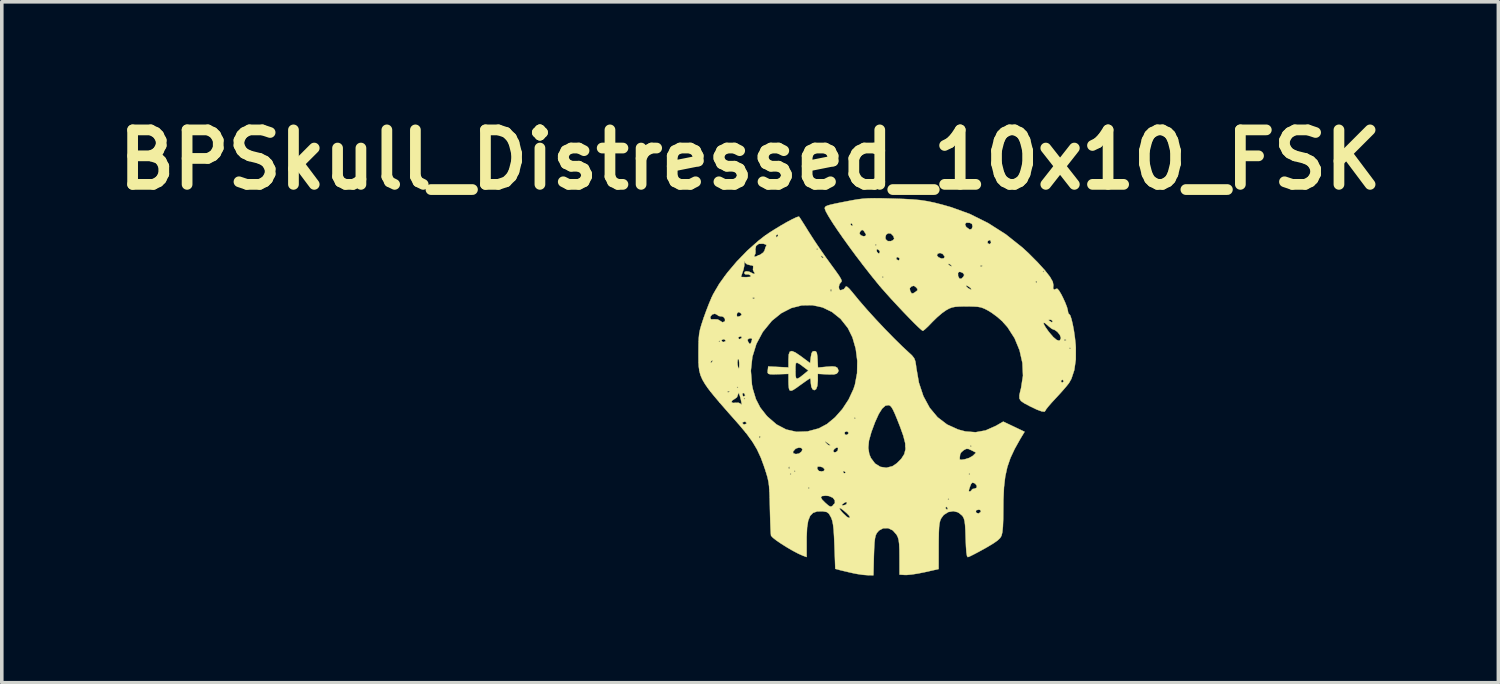
<source format=kicad_pcb>
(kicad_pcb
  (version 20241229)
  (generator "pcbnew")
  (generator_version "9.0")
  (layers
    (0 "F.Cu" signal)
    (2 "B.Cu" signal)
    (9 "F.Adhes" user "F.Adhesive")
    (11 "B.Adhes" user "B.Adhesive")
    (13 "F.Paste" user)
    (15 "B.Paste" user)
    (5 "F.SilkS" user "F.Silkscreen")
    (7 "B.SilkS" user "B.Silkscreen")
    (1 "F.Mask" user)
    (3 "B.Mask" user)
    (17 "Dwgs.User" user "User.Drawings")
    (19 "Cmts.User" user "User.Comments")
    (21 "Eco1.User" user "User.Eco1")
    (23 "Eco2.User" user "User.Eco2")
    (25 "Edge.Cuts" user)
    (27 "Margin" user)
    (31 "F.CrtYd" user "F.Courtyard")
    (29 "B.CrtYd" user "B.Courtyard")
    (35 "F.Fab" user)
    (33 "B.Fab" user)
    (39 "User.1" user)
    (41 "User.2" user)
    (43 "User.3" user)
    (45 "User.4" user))
  (footprint "BPSkull_Distressed_10x10_FSK"
    (layer "F.Cu")
    (at 21.742 7.768)
    (property "Reference" "BPSkull_Distressed_10x10_FSK" (at -3.81 -6.35 0) (layer "F.SilkS") (effects (font (size 1.524 1.524) (thickness 0.3))))
    (attr through_hole)
    (fp_poly (pts (xy -2.543 -0.958) (xy -2.4 -0.861) (xy -2.374 -0.842) (xy -2.13 -0.66) (xy -2.11 -0.828) (xy -2.09 -0.937) (xy -2.057 -0.987) (xy -2.012 -0.996) (xy -1.968 -0.987) (xy -1.942 -0.945) (xy -1.928 -0.854) (xy -1.922 -0.766) (xy -1.911 -0.536) (xy -1.662 -0.559) (xy -1.515 -0.569) (xy -1.425 -0.56) (xy -1.373 -0.532) (xy -1.363 -0.522) (xy -1.335 -0.448) (xy -1.355 -0.397) (xy -1.393 -0.362) (xy -1.463 -0.345) (xy -1.584 -0.343) (xy -1.656 -0.346) (xy -1.915 -0.36) (xy -1.915 -0.165) (xy -1.928 -0.023) (xy -1.963 0.068) (xy -2.015 0.097) (xy -2.064 0.069) (xy -2.096 0.000428) (xy -2.11 -0.102) (xy -2.11 -0.106) (xy -2.115 -0.193) (xy -2.128 -0.234) (xy -2.13 -0.234) (xy -2.168 -0.213) (xy -2.252 -0.156) (xy -2.365 -0.075) (xy -2.388 -0.059) (xy -2.521 0.037) (xy -2.606 0.092) (xy -2.659 0.112) (xy -2.693 0.105) (xy -2.709 0.091) (xy -2.724 0.04) (xy -2.733 -0.062) (xy -2.735 -0.147) (xy -2.735 -0.359) (xy -2.98 -0.351) (xy -3.145 -0.346) (xy -3.247 -0.348) (xy -3.3 -0.363) (xy -3.318 -0.393) (xy -3.316 -0.445) (xy -3.315 -0.45) (xy -2.54 -0.45) (xy -2.537 -0.31) (xy -2.521 -0.237) (xy -2.479 -0.226) (xy -2.4 -0.274) (xy -2.291 -0.361) (xy -2.18 -0.453) (xy -2.311 -0.552) (xy -2.429 -0.639) (xy -2.498 -0.674) (xy -2.53 -0.652) (xy -2.539 -0.565) (xy -2.54 -0.45) (xy -3.315 -0.45) (xy -3.314 -0.459) (xy -3.302 -0.567) (xy -2.735 -0.539) (xy -2.735 -0.759) (xy -2.728 -0.9) (xy -2.699 -0.979) (xy -2.64 -0.998) (xy -2.543 -0.958)) (stroke (width 0.01) (type solid)) (fill yes) (layer "F.SilkS"))
    (fp_poly (pts (xy -0.127 -5.271) (xy 0.139 -5.264) (xy 0.175 -5.263) (xy 0.485 -5.253) (xy 0.737 -5.239) (xy 0.95 -5.22) (xy 1.146 -5.19) (xy 1.344 -5.149) (xy 1.564 -5.093) (xy 1.817 -5.021) (xy 2.336 -4.833) (xy 2.85 -4.577) (xy 3.345 -4.262) (xy 3.806 -3.895) (xy 3.974 -3.741) (xy 4.235 -3.479) (xy 4.437 -3.257) (xy 4.579 -3.075) (xy 4.658 -2.936) (xy 4.675 -2.84) (xy 4.674 -2.837) (xy 4.667 -2.748) (xy 4.699 -2.714) (xy 4.75 -2.738) (xy 4.785 -2.741) (xy 4.83 -2.693) (xy 4.894 -2.587) (xy 4.94 -2.497) (xy 5.006 -2.353) (xy 5.056 -2.224) (xy 5.079 -2.135) (xy 5.08 -2.124) (xy 5.093 -2.054) (xy 5.116 -2.032) (xy 5.146 -1.996) (xy 5.18 -1.896) (xy 5.215 -1.75) (xy 5.249 -1.571) (xy 5.277 -1.374) (xy 5.298 -1.175) (xy 5.303 -1.094) (xy 5.302 -0.761) (xy 5.26 -0.466) (xy 5.179 -0.222) (xy 5.112 -0.103) (xy 5.049 -0.023) (xy 4.947 0.096) (xy 4.824 0.233) (xy 4.741 0.322) (xy 4.623 0.45) (xy 4.529 0.559) (xy 4.47 0.635) (xy 4.455 0.664) (xy 4.429 0.698) (xy 4.349 0.69) (xy 4.211 0.639) (xy 4.015 0.545) (xy 3.862 0.464) (xy 3.768 0.399) (xy 3.725 0.33) (xy 3.724 0.238) (xy 3.754 0.103) (xy 3.771 0.039) (xy 3.801 -0.156) (xy 4.885 -0.156) (xy 4.914 -0.118) (xy 4.924 -0.117) (xy 4.962 -0.147) (xy 4.963 -0.156) (xy 4.933 -0.194) (xy 4.924 -0.195) (xy 4.886 -0.166) (xy 4.885 -0.156) (xy 3.801 -0.156) (xy 3.825 -0.306) (xy 3.809 -0.664) (xy 3.729 -1.019) (xy 3.706 -1.075) (xy 5.119 -1.075) (xy 5.139 -1.055) (xy 5.158 -1.075) (xy 5.139 -1.094) (xy 5.119 -1.075) (xy 3.706 -1.075) (xy 3.589 -1.358) (xy 3.392 -1.665) (xy 3.279 -1.792) (xy 4.402 -1.792) (xy 4.406 -1.753) (xy 4.454 -1.667) (xy 4.545 -1.538) (xy 4.553 -1.528) (xy 4.67 -1.391) (xy 4.767 -1.309) (xy 4.839 -1.286) (xy 4.87 -1.316) (xy 4.976 -1.316) (xy 4.981 -1.292) (xy 5.002 -1.29) (xy 5.034 -1.304) (xy 5.028 -1.316) (xy 4.982 -1.32) (xy 4.976 -1.316) (xy 4.87 -1.316) (xy 4.879 -1.324) (xy 4.885 -1.371) (xy 4.855 -1.451) (xy 4.787 -1.535) (xy 4.706 -1.592) (xy 4.672 -1.601) (xy 4.622 -1.627) (xy 4.545 -1.689) (xy 4.526 -1.707) (xy 4.441 -1.779) (xy 4.402 -1.792) (xy 3.279 -1.792) (xy 3.245 -1.831) (xy 3.202 -1.869) (xy 4.537 -1.869) (xy 4.565 -1.842) (xy 4.572 -1.837) (xy 4.631 -1.802) (xy 4.649 -1.813) (xy 4.65 -1.837) (xy 4.618 -1.869) (xy 4.582 -1.875) (xy 4.537 -1.869) (xy 3.202 -1.869) (xy 3.106 -1.953) (xy 2.947 -2.07) (xy 2.85 -2.13) (xy 2.745 -2.184) (xy 2.654 -2.219) (xy 2.553 -2.237) (xy 2.419 -2.245) (xy 2.247 -2.247) (xy 2.061 -2.245) (xy 1.932 -2.236) (xy 1.836 -2.217) (xy 1.751 -2.183) (xy 1.676 -2.141) (xy 1.56 -2.059) (xy 1.422 -1.941) (xy 1.29 -1.812) (xy 1.278 -1.799) (xy 1.173 -1.69) (xy 1.085 -1.608) (xy 1.031 -1.566) (xy 1.023 -1.563) (xy 0.981 -1.591) (xy 0.897 -1.667) (xy 0.778 -1.783) (xy 0.634 -1.93) (xy 0.473 -2.097) (xy 0.305 -2.276) (xy 0.137 -2.457) (xy -0.02 -2.632) (xy -0.128 -2.755) (xy 0.656 -2.755) (xy 0.668 -2.685) (xy 0.673 -2.672) (xy 0.708 -2.613) (xy 0.75 -2.611) (xy 0.807 -2.645) (xy 0.87 -2.694) (xy 0.872 -2.734) (xy 0.837 -2.778) (xy 0.774 -2.825) (xy 0.708 -2.807) (xy 0.703 -2.804) (xy 0.656 -2.755) (xy -0.128 -2.755) (xy -0.158 -2.79) (xy -0.192 -2.829) (xy 2.23 -2.829) (xy 2.244 -2.797) (xy 2.289 -2.758) (xy 2.353 -2.722) (xy 2.381 -2.719) (xy 2.367 -2.752) (xy 2.322 -2.791) (xy 2.258 -2.827) (xy 2.23 -2.829) (xy -0.192 -2.829) (xy -0.224 -2.868) (xy -0.275 -2.931) (xy 4.181 -2.931) (xy 4.196 -2.899) (xy 4.207 -2.905) (xy 4.212 -2.951) (xy 4.207 -2.957) (xy 4.184 -2.951) (xy 4.181 -2.931) (xy -0.275 -2.931) (xy -0.386 -3.068) (xy -0.117 -3.068) (xy -0.098 -3.048) (xy -0.078 -3.068) (xy -0.098 -3.087) (xy -0.117 -3.068) (xy -0.386 -3.068) (xy -0.423 -3.113) (xy -0.479 -3.185) (xy 2.007 -3.185) (xy 2.009 -3.098) (xy 2.011 -3.091) (xy 2.051 -3.02) (xy 2.104 -3.024) (xy 2.153 -3.072) (xy 2.182 -3.127) (xy 2.15 -3.174) (xy 2.13 -3.189) (xy 2.052 -3.219) (xy 2.007 -3.185) (xy -0.479 -3.185) (xy -0.51 -3.224) (xy 4.377 -3.224) (xy 4.396 -3.204) (xy 4.416 -3.224) (xy 4.396 -3.243) (xy 4.377 -3.224) (xy -0.51 -3.224) (xy -0.626 -3.372) (xy -0.665 -3.423) (xy 1.731 -3.423) (xy 1.758 -3.4) (xy 1.821 -3.365) (xy 1.829 -3.378) (xy 1.824 -3.387) (xy 2.631 -3.387) (xy 2.637 -3.363) (xy 2.657 -3.361) (xy 2.689 -3.375) (xy 2.683 -3.387) (xy 2.637 -3.391) (xy 2.631 -3.387) (xy 1.824 -3.387) (xy 1.817 -3.4) (xy 1.76 -3.437) (xy 1.746 -3.438) (xy 1.731 -3.423) (xy -0.665 -3.423) (xy -0.797 -3.597) (xy 0.279 -3.597) (xy 0.292 -3.558) (xy 0.341 -3.534) (xy 0.358 -3.54) (xy 0.374 -3.582) (xy 0.356 -3.607) (xy 0.303 -3.629) (xy 0.279 -3.597) (xy -0.797 -3.597) (xy -0.829 -3.638) (xy -0.856 -3.674) (xy 1.416 -3.674) (xy 1.458 -3.625) (xy 1.466 -3.619) (xy 1.542 -3.586) (xy 1.607 -3.591) (xy 1.634 -3.63) (xy 1.631 -3.646) (xy 1.579 -3.714) (xy 1.504 -3.743) (xy 1.439 -3.721) (xy 1.416 -3.674) (xy -0.856 -3.674) (xy -0.968 -3.826) (xy -0.272 -3.826) (xy -0.259 -3.77) (xy -0.22 -3.729) (xy -0.194 -3.733) (xy -0.176 -3.777) (xy -0.199 -3.814) (xy -0.251 -3.853) (xy -0.272 -3.826) (xy -0.968 -3.826) (xy -1.024 -3.902) (xy -1.07 -3.966) (xy -0.313 -3.966) (xy -0.293 -3.947) (xy -0.274 -3.966) (xy -0.293 -3.986) (xy -0.313 -3.966) (xy -1.07 -3.966) (xy -1.114 -4.027) (xy 2.831 -4.027) (xy 2.841 -4.011) (xy 2.897 -3.987) (xy 2.93 -4.029) (xy 2.931 -4.044) (xy 2.911 -4.096) (xy 2.894 -4.103) (xy 2.843 -4.077) (xy 2.831 -4.027) (xy -1.114 -4.027) (xy -1.206 -4.155) (xy -1.22 -4.175) (xy -0.026 -4.175) (xy -0.014 -4.123) (xy 0.041 -4.073) (xy 0.13 -4.072) (xy 0.19 -4.099) (xy 0.222 -4.142) (xy 0.199 -4.213) (xy 0.198 -4.215) (xy 0.131 -4.284) (xy 0.056 -4.293) (xy -0.004 -4.253) (xy -0.026 -4.175) (xy -1.22 -4.175) (xy -1.298 -4.287) (xy -0.752 -4.287) (xy -0.716 -4.24) (xy -0.711 -4.236) (xy -0.641 -4.208) (xy -0.583 -4.217) (xy -0.566 -4.257) (xy -0.573 -4.273) (xy -0.632 -4.364) (xy -0.676 -4.389) (xy -0.719 -4.356) (xy -0.724 -4.349) (xy -0.752 -4.287) (xy -1.298 -4.287) (xy -1.37 -4.39) (xy -1.475 -4.548) (xy -1.003 -4.548) (xy -0.996 -4.533) (xy -0.961 -4.496) (xy -0.955 -4.494) (xy -0.938 -4.524) (xy -0.938 -4.533) (xy -0.952 -4.55) (xy 2.203 -4.55) (xy 2.228 -4.481) (xy 2.249 -4.458) (xy 2.332 -4.398) (xy 2.389 -4.411) (xy 2.415 -4.482) (xy 2.398 -4.554) (xy 2.338 -4.585) (xy 2.243 -4.59) (xy 2.203 -4.55) (xy -0.952 -4.55) (xy -0.968 -4.57) (xy -0.979 -4.572) (xy -1.003 -4.548) (xy -1.475 -4.548) (xy -1.509 -4.599) (xy -1.617 -4.772) (xy -1.689 -4.902) (xy -1.719 -4.98) (xy -1.719 -4.986) (xy -1.716 -5.017) (xy -1.697 -5.042) (xy -1.653 -5.064) (xy -1.571 -5.089) (xy -1.44 -5.119) (xy -1.249 -5.158) (xy -1.129 -5.181) (xy -0.943 -5.217) (xy -0.789 -5.243) (xy -0.648 -5.26) (xy -0.503 -5.27) (xy -0.335 -5.273) (xy -0.127 -5.271)) (stroke (width 0.01) (type solid)) (fill yes) (layer "F.SilkS"))
    (fp_poly (pts (xy -2.439 -4.757) (xy -2.413 -4.72) (xy -2.354 -4.628) (xy -2.271 -4.497) (xy -2.172 -4.337) (xy -2.152 -4.306) (xy -2.02 -4.1) (xy -1.86 -3.862) (xy -1.693 -3.622) (xy -1.543 -3.415) (xy -1.41 -3.233) (xy -1.319 -3.104) (xy -1.267 -3.016) (xy -1.247 -2.962) (xy -1.255 -2.932) (xy -1.266 -2.923) (xy -1.309 -2.869) (xy -1.327 -2.792) (xy -1.317 -2.724) (xy -1.28 -2.697) (xy -1.184 -2.731) (xy -1.129 -2.804) (xy -1.1 -2.8) (xy -1.037 -2.745) (xy -0.954 -2.649) (xy -0.938 -2.629) (xy -0.759 -2.411) (xy -0.539 -2.157) (xy -0.291 -1.884) (xy -0.032 -1.609) (xy 0.223 -1.349) (xy 0.457 -1.119) (xy 0.612 -0.975) (xy 0.719 -0.876) (xy 0.781 -0.797) (xy 0.814 -0.71) (xy 0.834 -0.586) (xy 0.838 -0.545) (xy 0.913 -0.113) (xy 1.039 0.265) (xy 1.214 0.588) (xy 1.435 0.853) (xy 1.702 1.057) (xy 2.013 1.198) (xy 2.214 1.251) (xy 2.499 1.273) (xy 2.777 1.223) (xy 3.058 1.099) (xy 3.07 1.093) (xy 3.273 0.976) (xy 3.572 1.118) (xy 3.87 1.26) (xy 3.749 1.46) (xy 3.594 1.737) (xy 3.474 1.993) (xy 3.387 2.246) (xy 3.328 2.514) (xy 3.293 2.814) (xy 3.277 3.164) (xy 3.275 3.4) (xy 3.272 3.694) (xy 3.263 3.917) (xy 3.247 4.072) (xy 3.224 4.166) (xy 3.224 4.168) (xy 3.185 4.232) (xy 3.117 4.298) (xy 3.007 4.376) (xy 2.844 4.475) (xy 2.749 4.529) (xy 2.583 4.62) (xy 2.44 4.695) (xy 2.335 4.747) (xy 2.281 4.767) (xy 2.28 4.767) (xy 2.259 4.735) (xy 2.242 4.635) (xy 2.23 4.464) (xy 2.221 4.243) (xy 2.214 4.024) (xy 2.205 3.869) (xy 2.191 3.761) (xy 2.171 3.686) (xy 2.141 3.629) (xy 2.126 3.608) (xy 2.013 3.514) (xy 1.979 3.506) (xy 2.508 3.506) (xy 2.528 3.531) (xy 2.586 3.546) (xy 2.639 3.504) (xy 2.648 3.485) (xy 2.629 3.448) (xy 2.582 3.439) (xy 2.512 3.458) (xy 2.508 3.506) (xy 1.979 3.506) (xy 1.876 3.481) (xy 1.734 3.506) (xy 1.607 3.587) (xy 1.537 3.681) (xy 1.51 3.742) (xy 1.491 3.819) (xy 1.478 3.925) (xy 1.471 4.074) (xy 1.467 4.279) (xy 1.466 4.455) (xy 1.465 5.1) (xy 1.075 5.188) (xy 0.89 5.225) (xy 0.717 5.252) (xy 0.579 5.265) (xy 0.528 5.266) (xy 0.371 5.256) (xy 0.37 4.766) (xy 0.368 4.552) (xy 0.361 4.4) (xy 0.347 4.292) (xy 0.325 4.212) (xy 0.291 4.143) (xy 0.29 4.141) (xy 0.183 4.019) (xy 0.054 3.957) (xy -0.082 3.958) (xy -0.204 4.023) (xy -0.263 4.092) (xy -0.293 4.152) (xy -0.314 4.237) (xy -0.329 4.36) (xy -0.339 4.535) (xy -0.346 4.736) (xy -0.359 5.275) (xy -0.522 5.272) (xy -0.653 5.262) (xy -0.815 5.238) (xy -0.918 5.218) (xy -1.072 5.183) (xy -1.216 5.149) (xy -1.29 5.131) (xy -1.426 5.095) (xy -1.449 4.449) (xy -1.46 4.193) (xy -1.472 4.001) (xy -1.488 3.86) (xy -1.508 3.756) (xy -1.535 3.676) (xy -1.547 3.651) (xy -1.603 3.552) (xy -1.666 3.505) (xy -1.766 3.487) (xy -1.786 3.485) (xy -1.935 3.489) (xy -2.048 3.529) (xy -2.129 3.612) (xy -2.184 3.747) (xy -2.215 3.942) (xy -2.227 4.204) (xy -2.227 4.294) (xy -2.227 4.765) (xy -2.335 4.725) (xy -2.461 4.669) (xy -2.613 4.589) (xy -2.775 4.495) (xy -2.933 4.396) (xy -3.07 4.303) (xy -3.171 4.224) (xy -3.221 4.17) (xy -3.224 4.163) (xy -3.23 4.1) (xy -3.237 3.972) (xy -3.244 3.795) (xy -3.25 3.582) (xy -3.255 3.393) (xy -1.309 3.393) (xy -1.297 3.431) (xy -1.243 3.502) (xy -1.204 3.544) (xy -1.103 3.638) (xy -1.038 3.673) (xy -1.016 3.647) (xy -1.016 3.647) (xy -1.042 3.604) (xy -1.105 3.538) (xy -1.185 3.469) (xy -1.258 3.413) (xy -1.304 3.391) (xy -1.309 3.393) (xy -3.255 3.393) (xy -3.255 3.385) (xy 1.655 3.385) (xy 1.661 3.4) (xy 1.696 3.437) (xy 1.702 3.439) (xy 1.719 3.409) (xy 1.719 3.4) (xy 1.689 3.362) (xy 1.678 3.361) (xy 1.655 3.385) (xy -3.255 3.385) (xy -3.255 3.38) (xy -3.261 3.127) (xy -3.262 3.092) (xy -1.829 3.092) (xy -1.796 3.156) (xy -1.71 3.243) (xy -1.622 3.32) (xy -1.57 3.352) (xy -1.532 3.349) (xy -1.502 3.331) (xy -1.479 3.304) (xy -1.244 3.304) (xy -1.23 3.319) (xy -1.204 3.32) (xy -1.132 3.3) (xy -1.112 3.28) (xy -1.097 3.23) (xy -1.134 3.226) (xy -1.195 3.262) (xy -1.244 3.304) (xy -1.479 3.304) (xy -1.437 3.255) (xy -1.439 3.174) (xy -1.463 3.146) (xy 1.719 3.146) (xy 1.739 3.165) (xy 1.758 3.146) (xy 1.739 3.126) (xy 1.719 3.146) (xy -1.463 3.146) (xy -1.497 3.104) (xy -1.602 3.058) (xy -1.693 3.048) (xy -1.795 3.058) (xy -1.829 3.092) (xy -3.262 3.092) (xy -3.268 2.934) (xy -3.269 2.919) (xy 2.309 2.919) (xy 2.327 2.93) (xy 2.345 2.931) (xy 2.383 2.901) (xy 2.384 2.892) (xy 2.416 2.86) (xy 2.462 2.853) (xy 2.525 2.829) (xy 2.535 2.773) (xy 2.489 2.713) (xy 2.465 2.698) (xy 2.41 2.682) (xy 2.374 2.718) (xy 2.348 2.781) (xy 2.316 2.876) (xy 2.309 2.919) (xy -3.269 2.919) (xy -3.275 2.833) (xy -2.188 2.833) (xy -2.169 2.853) (xy -2.149 2.833) (xy -2.169 2.814) (xy -2.188 2.833) (xy -3.275 2.833) (xy -3.278 2.785) (xy -3.295 2.661) (xy -3.32 2.545) (xy -3.349 2.442) (xy -2.696 2.442) (xy -2.677 2.462) (xy -2.657 2.442) (xy 2.306 2.442) (xy 2.325 2.462) (xy 2.345 2.442) (xy 2.325 2.423) (xy 2.306 2.442) (xy -2.657 2.442) (xy -2.677 2.423) (xy -2.696 2.442) (xy -3.349 2.442) (xy -3.356 2.419) (xy -3.374 2.364) (xy -2.579 2.364) (xy -2.56 2.384) (xy -2.557 2.381) (xy -1.211 2.381) (xy -1.183 2.421) (xy -1.172 2.423) (xy -1.134 2.409) (xy -1.133 2.406) (xy -1.161 2.372) (xy -1.172 2.364) (xy -1.208 2.367) (xy -1.211 2.381) (xy -2.557 2.381) (xy -2.54 2.364) (xy -2.56 2.345) (xy -2.579 2.364) (xy -3.374 2.364) (xy -3.405 2.267) (xy -3.405 2.266) (xy -2.735 2.266) (xy -2.721 2.299) (xy -2.709 2.293) (xy -2.707 2.271) (xy -1.933 2.271) (xy -1.927 2.302) (xy -1.886 2.356) (xy -1.819 2.377) (xy -1.756 2.366) (xy -1.727 2.322) (xy -1.728 2.307) (xy -1.771 2.258) (xy -1.844 2.235) (xy -1.917 2.235) (xy -1.933 2.271) (xy -2.707 2.271) (xy -2.705 2.246) (xy -2.709 2.24) (xy -2.733 2.246) (xy -2.735 2.266) (xy -3.405 2.266) (xy -3.412 2.247) (xy -3.508 1.985) (xy -3.586 1.817) (xy -2.609 1.817) (xy -2.601 1.861) (xy -2.53 1.885) (xy -2.442 1.87) (xy -2.37 1.816) (xy -2.364 1.802) (xy -1.485 1.802) (xy -1.459 1.835) (xy -1.405 1.829) (xy -1.359 1.79) (xy -1.355 1.782) (xy -1.349 1.719) (xy -1.354 1.71) (xy -0.503 1.71) (xy -0.475 1.884) (xy -0.43 1.993) (xy -0.313 2.149) (xy -0.165 2.241) (xy 0.002 2.267) (xy 0.172 2.224) (xy 0.294 2.143) (xy 0.422 2.015) (xy 0.433 1.997) (xy 2.053 1.997) (xy 2.057 2.035) (xy 2.102 2.044) (xy 2.197 2.03) (xy 2.319 1.992) (xy 2.419 1.934) (xy 2.432 1.923) (xy 2.511 1.844) (xy 2.386 1.779) (xy 2.296 1.739) (xy 2.234 1.739) (xy 2.166 1.776) (xy 2.096 1.837) (xy 2.068 1.886) (xy 2.058 1.967) (xy 2.053 1.997) (xy 0.433 1.997) (xy 0.503 1.887) (xy 0.539 1.746) (xy 0.534 1.661) (xy 2.345 1.661) (xy 2.364 1.68) (xy 2.384 1.661) (xy 2.364 1.641) (xy 2.345 1.661) (xy 0.534 1.661) (xy 0.53 1.579) (xy 0.477 1.372) (xy 0.39 1.128) (xy 0.302 0.904) (xy 0.235 0.743) (xy 0.184 0.635) (xy 0.143 0.568) (xy 0.107 0.531) (xy 0.069 0.516) (xy 0.064 0.515) (xy -0.024 0.53) (xy -0.116 0.613) (xy -0.211 0.765) (xy -0.313 0.99) (xy -0.416 1.267) (xy -0.484 1.51) (xy -0.503 1.71) (xy -1.354 1.71) (xy -1.357 1.704) (xy -1.4 1.705) (xy -1.454 1.745) (xy -1.484 1.796) (xy -1.485 1.802) (xy -2.364 1.802) (xy -2.345 1.755) (xy -2.375 1.713) (xy -2.445 1.703) (xy -2.523 1.727) (xy -2.546 1.744) (xy -2.609 1.817) (xy -3.586 1.817) (xy -3.615 1.755) (xy -3.744 1.537) (xy -3.753 1.525) (xy -1.714 1.525) (xy -1.711 1.539) (xy -1.685 1.573) (xy -1.626 1.628) (xy -1.591 1.641) (xy -1.563 1.634) (xy -1.566 1.63) (xy -1.607 1.601) (xy -1.661 1.562) (xy -1.714 1.525) (xy -3.753 1.525) (xy -3.839 1.407) (xy -3.556 1.407) (xy -3.542 1.439) (xy -3.53 1.433) (xy -3.525 1.386) (xy -3.53 1.381) (xy -3.553 1.386) (xy -3.556 1.407) (xy -3.839 1.407) (xy -3.909 1.311) (xy -3.94 1.274) (xy -1.168 1.274) (xy -1.158 1.328) (xy -1.147 1.341) (xy -1.099 1.348) (xy -1.059 1.309) (xy -1.055 1.287) (xy -1.087 1.255) (xy -1.114 1.25) (xy -1.168 1.274) (xy -3.94 1.274) (xy -4.12 1.059) (xy -4.158 1.016) (xy -4.025 1.016) (xy -3.993 1.051) (xy -3.966 1.055) (xy -3.914 1.034) (xy -3.908 1.016) (xy -3.939 0.981) (xy -3.966 0.977) (xy -4.018 0.998) (xy -4.025 1.016) (xy -4.158 1.016) (xy -4.425 0.715) (xy -4.644 0.464) (xy -4.672 0.431) (xy -4.33 0.431) (xy -4.287 0.454) (xy -4.226 0.45) (xy -4.135 0.448) (xy -4.082 0.471) (xy -4.082 0.471) (xy -4.051 0.505) (xy -4.046 0.469) (xy -4.066 0.365) (xy -4.074 0.332) (xy -3.986 0.332) (xy -3.966 0.352) (xy -3.947 0.332) (xy -3.966 0.313) (xy -3.986 0.332) (xy -4.074 0.332) (xy -4.084 0.293) (xy -4.109 0.213) (xy -4.025 0.213) (xy -4.005 0.266) (xy -3.986 0.274) (xy -3.948 0.245) (xy -3.947 0.237) (xy -3.975 0.184) (xy -3.986 0.176) (xy -4.019 0.185) (xy -4.025 0.213) (xy -4.109 0.213) (xy -4.115 0.194) (xy -4.134 0.167) (xy -4.14 0.196) (xy -4.176 0.294) (xy -4.228 0.333) (xy -4.31 0.386) (xy -4.33 0.431) (xy -4.672 0.431) (xy -4.821 0.255) (xy -4.921 0.13) (xy -4.442 0.13) (xy -4.436 0.153) (xy -4.416 0.156) (xy -4.384 0.142) (xy -4.39 0.13) (xy -4.436 0.126) (xy -4.442 0.13) (xy -4.921 0.13) (xy -4.96 0.081) (xy -5.004 0.02) (xy -4.181 0.02) (xy -4.162 0.039) (xy -4.142 0.02) (xy -4.162 0) (xy -4.181 0.02) (xy -5.004 0.02) (xy -5.066 -0.068) (xy -5.143 -0.199) (xy -5.196 -0.321) (xy -5.228 -0.441) (xy -5.229 -0.448) (xy -3.788 -0.448) (xy -3.757 -0.054) (xy -3.731 0.07) (xy -3.646 0.348) (xy -3.526 0.581) (xy -3.354 0.801) (xy -3.319 0.839) (xy -3.068 1.056) (xy -2.799 1.197) (xy -2.511 1.262) (xy -2.204 1.251) (xy -1.887 1.166) (xy -1.658 1.044) (xy -1.459 0.879) (xy -0.899 0.879) (xy -0.879 0.899) (xy -0.86 0.879) (xy -0.879 0.86) (xy -0.899 0.879) (xy -1.459 0.879) (xy -1.435 0.859) (xy -1.229 0.626) (xy -1.053 0.358) (xy -0.919 0.071) (xy -0.876 -0.059) (xy -0.816 -0.379) (xy -0.81 -0.721) (xy -0.854 -1.063) (xy -0.946 -1.382) (xy -1.074 -1.641) (xy -1.278 -1.899) (xy -1.519 -2.092) (xy -1.785 -2.22) (xy -2.069 -2.281) (xy -2.362 -2.276) (xy -2.654 -2.202) (xy -2.935 -2.058) (xy -3.198 -1.846) (xy -3.205 -1.838) (xy -3.452 -1.536) (xy -3.633 -1.198) (xy -3.746 -0.832) (xy -3.788 -0.448) (xy -5.229 -0.448) (xy -5.246 -0.569) (xy -5.251 -0.667) (xy -4.914 -0.667) (xy -4.909 -0.664) (xy -4.873 -0.692) (xy -4.866 -0.702) (xy -4.163 -0.702) (xy -4.159 -0.615) (xy -4.143 -0.539) (xy -4.12 -0.508) (xy -4.114 -0.543) (xy -4.112 -0.629) (xy -4.113 -0.664) (xy -4.123 -0.758) (xy -4.143 -0.775) (xy -4.152 -0.763) (xy -4.163 -0.702) (xy -4.866 -0.702) (xy -4.865 -0.703) (xy -4.855 -0.74) (xy -4.86 -0.742) (xy -4.896 -0.715) (xy -4.904 -0.703) (xy -4.914 -0.667) (xy -5.251 -0.667) (xy -5.253 -0.711) (xy -5.254 -0.877) (xy -5.254 -0.957) (xy -5.252 -1.18) (xy -5.249 -1.27) (xy -4.689 -1.27) (xy -4.67 -1.25) (xy -4.65 -1.27) (xy -4.67 -1.29) (xy -4.611 -1.29) (xy -4.579 -1.255) (xy -4.552 -1.25) (xy -4.5 -1.272) (xy -4.494 -1.29) (xy -4.517 -1.315) (xy -3.882 -1.315) (xy -3.865 -1.259) (xy -3.857 -1.246) (xy -3.819 -1.194) (xy -3.794 -1.21) (xy -3.775 -1.25) (xy -3.754 -1.321) (xy -3.759 -1.349) (xy -3.808 -1.355) (xy -3.842 -1.346) (xy -3.882 -1.315) (xy -4.517 -1.315) (xy -4.525 -1.324) (xy -4.552 -1.329) (xy -4.604 -1.308) (xy -4.611 -1.29) (xy -4.67 -1.29) (xy -4.689 -1.27) (xy -5.249 -1.27) (xy -5.246 -1.347) (xy -5.244 -1.368) (xy -4.142 -1.368) (xy -4.114 -1.33) (xy -4.105 -1.329) (xy -4.052 -1.357) (xy -4.044 -1.368) (xy -4.053 -1.401) (xy -4.081 -1.407) (xy -4.135 -1.386) (xy -4.142 -1.368) (xy -5.244 -1.368) (xy -5.233 -1.48) (xy -5.209 -1.602) (xy -5.171 -1.735) (xy -5.116 -1.902) (xy -5.109 -1.921) (xy -5.107 -1.928) (xy -4.924 -1.928) (xy -4.903 -1.886) (xy -4.829 -1.885) (xy -4.819 -1.887) (xy -4.714 -1.882) (xy -4.66 -1.852) (xy -4.581 -1.801) (xy -4.522 -1.825) (xy -4.512 -1.838) (xy -4.512 -1.899) (xy -4.557 -1.954) (xy -4.618 -1.972) (xy -4.627 -1.969) (xy -4.69 -1.98) (xy -4.726 -2.01) (xy -4.727 -2.01) (xy -4.181 -2.01) (xy -4.174 -1.963) (xy -4.135 -1.961) (xy -4.086 -1.978) (xy -4.045 -2.011) (xy -4.067 -2.056) (xy -4.128 -2.09) (xy -4.172 -2.057) (xy -4.181 -2.01) (xy -4.727 -2.01) (xy -4.794 -2.042) (xy -4.869 -2.022) (xy -4.918 -1.961) (xy -4.924 -1.928) (xy -5.107 -1.928) (xy -5.037 -2.122) (xy -4.958 -2.326) (xy -4.889 -2.488) (xy -3.738 -2.488) (xy -3.733 -2.465) (xy -3.712 -2.462) (xy -3.68 -2.476) (xy -3.686 -2.488) (xy -3.733 -2.493) (xy -3.738 -2.488) (xy -4.889 -2.488) (xy -4.883 -2.502) (xy -4.843 -2.586) (xy -4.779 -2.696) (xy -1.563 -2.696) (xy -1.549 -2.664) (xy -1.537 -2.67) (xy -1.532 -2.717) (xy -1.537 -2.722) (xy -1.56 -2.717) (xy -1.563 -2.696) (xy -4.779 -2.696) (xy -4.672 -2.879) (xy -4.533 -3.072) (xy -4.064 -3.072) (xy -4.029 -3.068) (xy -3.943 -3.066) (xy -3.91 -3.066) (xy -3.814 -3.072) (xy -3.785 -3.092) (xy -3.796 -3.113) (xy -3.859 -3.145) (xy -3.887 -3.141) (xy -3.949 -3.147) (xy -3.965 -3.163) (xy -3.967 -3.208) (xy -3.917 -3.229) (xy -3.84 -3.22) (xy -3.771 -3.188) (xy -3.703 -3.154) (xy -3.673 -3.161) (xy -3.673 -3.162) (xy -3.701 -3.216) (xy -3.709 -3.222) (xy -3.729 -3.272) (xy -3.724 -3.322) (xy -3.723 -3.38) (xy -3.777 -3.399) (xy -3.804 -3.4) (xy -3.897 -3.425) (xy -3.948 -3.468) (xy -3.98 -3.515) (xy -3.979 -3.495) (xy -3.971 -3.469) (xy -3.97 -3.391) (xy -3.994 -3.279) (xy -4.007 -3.239) (xy -4.041 -3.14) (xy -4.062 -3.08) (xy -4.064 -3.072) (xy -4.533 -3.072) (xy -4.446 -3.19) (xy -4.18 -3.505) (xy -4.046 -3.642) (xy -3.699 -3.642) (xy -3.658 -3.64) (xy -3.601 -3.662) (xy -1.83 -3.662) (xy -1.821 -3.64) (xy -1.781 -3.598) (xy -1.759 -3.607) (xy -1.758 -3.612) (xy -1.786 -3.645) (xy -1.804 -3.657) (xy -1.83 -3.662) (xy -3.601 -3.662) (xy -3.56 -3.678) (xy -3.523 -3.696) (xy -3.44 -3.755) (xy -3.4 -3.817) (xy -3.4 -3.825) (xy -3.393 -3.849) (xy -1.954 -3.849) (xy -1.934 -3.83) (xy -1.915 -3.849) (xy -1.934 -3.869) (xy -1.954 -3.849) (xy -3.393 -3.849) (xy -3.377 -3.907) (xy -3.358 -3.934) (xy -3.353 -3.968) (xy -3.419 -3.995) (xy -3.446 -4.001) (xy -3.565 -3.997) (xy -3.642 -3.94) (xy -3.663 -3.843) (xy -3.657 -3.812) (xy -3.66 -3.725) (xy -3.68 -3.685) (xy -3.699 -3.642) (xy -4.046 -3.642) (xy -3.888 -3.806) (xy -3.584 -4.076) (xy -3.418 -4.206) (xy -3.397 -4.22) (xy -3.087 -4.22) (xy -3.074 -4.182) (xy -3.07 -4.181) (xy -3.036 -4.209) (xy -3.028 -4.22) (xy -3.032 -4.256) (xy -3.046 -4.259) (xy -3.085 -4.231) (xy -3.087 -4.22) (xy -3.397 -4.22) (xy -3.279 -4.303) (xy -3.117 -4.406) (xy -2.947 -4.509) (xy -2.782 -4.604) (xy -2.635 -4.682) (xy -2.52 -4.737) (xy -2.451 -4.759) (xy -2.439 -4.757)) (stroke (width 0.01) (type solid)) (fill yes) (layer "F.SilkS")))
  (gr_rect
    (start -3 -3)
    (end 38.865 16.048)
    (stroke (width 0.1) (type default))
    (fill no)
    (layer "Edge.Cuts")))
</source>
